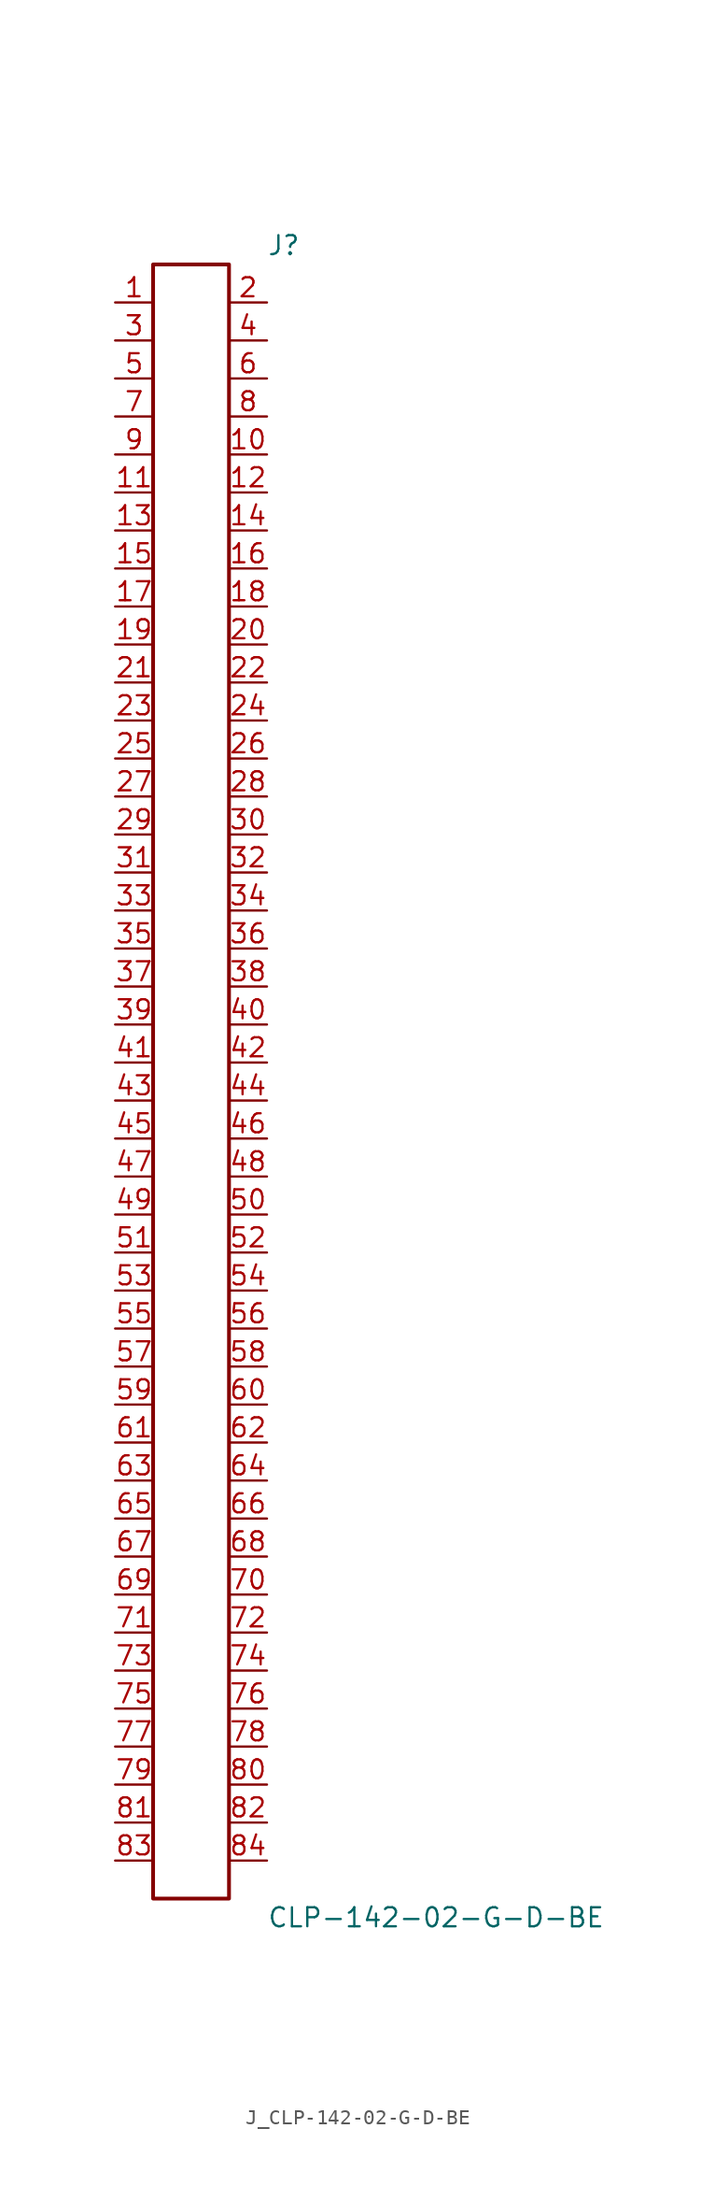
<source format=kicad_sym>
(kicad_symbol_lib
  (version 20231120)
  (generator kicad_symbol_editor)
  (generator_version 8.0)
  (symbol "J_CLP-142-02-G-D-BE"
    (pin_names
      (offset 0.254))
    (property "Reference" "J"
      (at 5.08 55.88 0)
      (effects (font (size 1.27 1.27)) (justify left)))
    (property "Value" "CLP-142-02-G-D-BE"
      (at 5.08 -55.88 0)
      (effects (font (size 1.27 1.27)) (justify left)))
    (symbol "J_CLP-142-02-G-D-BE_0_0"
      (pin passive line (at -5.08 52.07 0) (length 2.54) (name "" (effects (font (size 1.27 1.27)))) (number "1" (effects (font (size 1.27 1.27)))))
      (pin passive line (at 5.08 52.07 180) (length 2.54) (name "" (effects (font (size 1.27 1.27)))) (number "2" (effects (font (size 1.27 1.27)))))
      (pin passive line (at -5.08 49.53 0) (length 2.54) (name "" (effects (font (size 1.27 1.27)))) (number "3" (effects (font (size 1.27 1.27)))))
      (pin passive line (at 5.08 49.53 180) (length 2.54) (name "" (effects (font (size 1.27 1.27)))) (number "4" (effects (font (size 1.27 1.27)))))
      (pin passive line (at -5.08 46.99 0) (length 2.54) (name "" (effects (font (size 1.27 1.27)))) (number "5" (effects (font (size 1.27 1.27)))))
      (pin passive line (at 5.08 46.99 180) (length 2.54) (name "" (effects (font (size 1.27 1.27)))) (number "6" (effects (font (size 1.27 1.27)))))
      (pin passive line (at -5.08 44.45 0) (length 2.54) (name "" (effects (font (size 1.27 1.27)))) (number "7" (effects (font (size 1.27 1.27)))))
      (pin passive line (at 5.08 44.45 180) (length 2.54) (name "" (effects (font (size 1.27 1.27)))) (number "8" (effects (font (size 1.27 1.27)))))
      (pin passive line (at -5.08 41.91 0) (length 2.54) (name "" (effects (font (size 1.27 1.27)))) (number "9" (effects (font (size 1.27 1.27)))))
      (pin passive line (at 5.08 41.91 180) (length 2.54) (name "" (effects (font (size 1.27 1.27)))) (number "10" (effects (font (size 1.27 1.27)))))
      (pin passive line (at -5.08 39.37 0) (length 2.54) (name "" (effects (font (size 1.27 1.27)))) (number "11" (effects (font (size 1.27 1.27)))))
      (pin passive line (at 5.08 39.37 180) (length 2.54) (name "" (effects (font (size 1.27 1.27)))) (number "12" (effects (font (size 1.27 1.27)))))
      (pin passive line (at -5.08 36.83 0) (length 2.54) (name "" (effects (font (size 1.27 1.27)))) (number "13" (effects (font (size 1.27 1.27)))))
      (pin passive line (at 5.08 36.83 180) (length 2.54) (name "" (effects (font (size 1.27 1.27)))) (number "14" (effects (font (size 1.27 1.27)))))
      (pin passive line (at -5.08 34.29 0) (length 2.54) (name "" (effects (font (size 1.27 1.27)))) (number "15" (effects (font (size 1.27 1.27)))))
      (pin passive line (at 5.08 34.29 180) (length 2.54) (name "" (effects (font (size 1.27 1.27)))) (number "16" (effects (font (size 1.27 1.27)))))
      (pin passive line (at -5.08 31.75 0) (length 2.54) (name "" (effects (font (size 1.27 1.27)))) (number "17" (effects (font (size 1.27 1.27)))))
      (pin passive line (at 5.08 31.75 180) (length 2.54) (name "" (effects (font (size 1.27 1.27)))) (number "18" (effects (font (size 1.27 1.27)))))
      (pin passive line (at -5.08 29.21 0) (length 2.54) (name "" (effects (font (size 1.27 1.27)))) (number "19" (effects (font (size 1.27 1.27)))))
      (pin passive line (at 5.08 29.21 180) (length 2.54) (name "" (effects (font (size 1.27 1.27)))) (number "20" (effects (font (size 1.27 1.27)))))
      (pin passive line (at -5.08 26.67 0) (length 2.54) (name "" (effects (font (size 1.27 1.27)))) (number "21" (effects (font (size 1.27 1.27)))))
      (pin passive line (at 5.08 26.67 180) (length 2.54) (name "" (effects (font (size 1.27 1.27)))) (number "22" (effects (font (size 1.27 1.27)))))
      (pin passive line (at -5.08 24.13 0) (length 2.54) (name "" (effects (font (size 1.27 1.27)))) (number "23" (effects (font (size 1.27 1.27)))))
      (pin passive line (at 5.08 24.13 180) (length 2.54) (name "" (effects (font (size 1.27 1.27)))) (number "24" (effects (font (size 1.27 1.27)))))
      (pin passive line (at -5.08 21.59 0) (length 2.54) (name "" (effects (font (size 1.27 1.27)))) (number "25" (effects (font (size 1.27 1.27)))))
      (pin passive line (at 5.08 21.59 180) (length 2.54) (name "" (effects (font (size 1.27 1.27)))) (number "26" (effects (font (size 1.27 1.27)))))
      (pin passive line (at -5.08 19.05 0) (length 2.54) (name "" (effects (font (size 1.27 1.27)))) (number "27" (effects (font (size 1.27 1.27)))))
      (pin passive line (at 5.08 19.05 180) (length 2.54) (name "" (effects (font (size 1.27 1.27)))) (number "28" (effects (font (size 1.27 1.27)))))
      (pin passive line (at -5.08 16.51 0) (length 2.54) (name "" (effects (font (size 1.27 1.27)))) (number "29" (effects (font (size 1.27 1.27)))))
      (pin passive line (at 5.08 16.51 180) (length 2.54) (name "" (effects (font (size 1.27 1.27)))) (number "30" (effects (font (size 1.27 1.27)))))
      (pin passive line (at -5.08 13.97 0) (length 2.54) (name "" (effects (font (size 1.27 1.27)))) (number "31" (effects (font (size 1.27 1.27)))))
      (pin passive line (at 5.08 13.97 180) (length 2.54) (name "" (effects (font (size 1.27 1.27)))) (number "32" (effects (font (size 1.27 1.27)))))
      (pin passive line (at -5.08 11.43 0) (length 2.54) (name "" (effects (font (size 1.27 1.27)))) (number "33" (effects (font (size 1.27 1.27)))))
      (pin passive line (at 5.08 11.43 180) (length 2.54) (name "" (effects (font (size 1.27 1.27)))) (number "34" (effects (font (size 1.27 1.27)))))
      (pin passive line (at -5.08 8.89 0) (length 2.54) (name "" (effects (font (size 1.27 1.27)))) (number "35" (effects (font (size 1.27 1.27)))))
      (pin passive line (at 5.08 8.89 180) (length 2.54) (name "" (effects (font (size 1.27 1.27)))) (number "36" (effects (font (size 1.27 1.27)))))
      (pin passive line (at -5.08 6.35 0) (length 2.54) (name "" (effects (font (size 1.27 1.27)))) (number "37" (effects (font (size 1.27 1.27)))))
      (pin passive line (at 5.08 6.35 180) (length 2.54) (name "" (effects (font (size 1.27 1.27)))) (number "38" (effects (font (size 1.27 1.27)))))
      (pin passive line (at -5.08 3.81 0) (length 2.54) (name "" (effects (font (size 1.27 1.27)))) (number "39" (effects (font (size 1.27 1.27)))))
      (pin passive line (at 5.08 3.81 180) (length 2.54) (name "" (effects (font (size 1.27 1.27)))) (number "40" (effects (font (size 1.27 1.27)))))
      (pin passive line (at -5.08 1.27 0) (length 2.54) (name "" (effects (font (size 1.27 1.27)))) (number "41" (effects (font (size 1.27 1.27)))))
      (pin passive line (at 5.08 1.27 180) (length 2.54) (name "" (effects (font (size 1.27 1.27)))) (number "42" (effects (font (size 1.27 1.27)))))
      (pin passive line (at -5.08 -1.27 0) (length 2.54) (name "" (effects (font (size 1.27 1.27)))) (number "43" (effects (font (size 1.27 1.27)))))
      (pin passive line (at 5.08 -1.27 180) (length 2.54) (name "" (effects (font (size 1.27 1.27)))) (number "44" (effects (font (size 1.27 1.27)))))
      (pin passive line (at -5.08 -3.81 0) (length 2.54) (name "" (effects (font (size 1.27 1.27)))) (number "45" (effects (font (size 1.27 1.27)))))
      (pin passive line (at 5.08 -3.81 180) (length 2.54) (name "" (effects (font (size 1.27 1.27)))) (number "46" (effects (font (size 1.27 1.27)))))
      (pin passive line (at -5.08 -6.35 0) (length 2.54) (name "" (effects (font (size 1.27 1.27)))) (number "47" (effects (font (size 1.27 1.27)))))
      (pin passive line (at 5.08 -6.35 180) (length 2.54) (name "" (effects (font (size 1.27 1.27)))) (number "48" (effects (font (size 1.27 1.27)))))
      (pin passive line (at -5.08 -8.89 0) (length 2.54) (name "" (effects (font (size 1.27 1.27)))) (number "49" (effects (font (size 1.27 1.27)))))
      (pin passive line (at 5.08 -8.89 180) (length 2.54) (name "" (effects (font (size 1.27 1.27)))) (number "50" (effects (font (size 1.27 1.27)))))
      (pin passive line (at -5.08 -11.43 0) (length 2.54) (name "" (effects (font (size 1.27 1.27)))) (number "51" (effects (font (size 1.27 1.27)))))
      (pin passive line (at 5.08 -11.43 180) (length 2.54) (name "" (effects (font (size 1.27 1.27)))) (number "52" (effects (font (size 1.27 1.27)))))
      (pin passive line (at -5.08 -13.97 0) (length 2.54) (name "" (effects (font (size 1.27 1.27)))) (number "53" (effects (font (size 1.27 1.27)))))
      (pin passive line (at 5.08 -13.97 180) (length 2.54) (name "" (effects (font (size 1.27 1.27)))) (number "54" (effects (font (size 1.27 1.27)))))
      (pin passive line (at -5.08 -16.51 0) (length 2.54) (name "" (effects (font (size 1.27 1.27)))) (number "55" (effects (font (size 1.27 1.27)))))
      (pin passive line (at 5.08 -16.51 180) (length 2.54) (name "" (effects (font (size 1.27 1.27)))) (number "56" (effects (font (size 1.27 1.27)))))
      (pin passive line (at -5.08 -19.05 0) (length 2.54) (name "" (effects (font (size 1.27 1.27)))) (number "57" (effects (font (size 1.27 1.27)))))
      (pin passive line (at 5.08 -19.05 180) (length 2.54) (name "" (effects (font (size 1.27 1.27)))) (number "58" (effects (font (size 1.27 1.27)))))
      (pin passive line (at -5.08 -21.59 0) (length 2.54) (name "" (effects (font (size 1.27 1.27)))) (number "59" (effects (font (size 1.27 1.27)))))
      (pin passive line (at 5.08 -21.59 180) (length 2.54) (name "" (effects (font (size 1.27 1.27)))) (number "60" (effects (font (size 1.27 1.27)))))
      (pin passive line (at -5.08 -24.13 0) (length 2.54) (name "" (effects (font (size 1.27 1.27)))) (number "61" (effects (font (size 1.27 1.27)))))
      (pin passive line (at 5.08 -24.13 180) (length 2.54) (name "" (effects (font (size 1.27 1.27)))) (number "62" (effects (font (size 1.27 1.27)))))
      (pin passive line (at -5.08 -26.67 0) (length 2.54) (name "" (effects (font (size 1.27 1.27)))) (number "63" (effects (font (size 1.27 1.27)))))
      (pin passive line (at 5.08 -26.67 180) (length 2.54) (name "" (effects (font (size 1.27 1.27)))) (number "64" (effects (font (size 1.27 1.27)))))
      (pin passive line (at -5.08 -29.21 0) (length 2.54) (name "" (effects (font (size 1.27 1.27)))) (number "65" (effects (font (size 1.27 1.27)))))
      (pin passive line (at 5.08 -29.21 180) (length 2.54) (name "" (effects (font (size 1.27 1.27)))) (number "66" (effects (font (size 1.27 1.27)))))
      (pin passive line (at -5.08 -31.75 0) (length 2.54) (name "" (effects (font (size 1.27 1.27)))) (number "67" (effects (font (size 1.27 1.27)))))
      (pin passive line (at 5.08 -31.75 180) (length 2.54) (name "" (effects (font (size 1.27 1.27)))) (number "68" (effects (font (size 1.27 1.27)))))
      (pin passive line (at -5.08 -34.29 0) (length 2.54) (name "" (effects (font (size 1.27 1.27)))) (number "69" (effects (font (size 1.27 1.27)))))
      (pin passive line (at 5.08 -34.29 180) (length 2.54) (name "" (effects (font (size 1.27 1.27)))) (number "70" (effects (font (size 1.27 1.27)))))
      (pin passive line (at -5.08 -36.83 0) (length 2.54) (name "" (effects (font (size 1.27 1.27)))) (number "71" (effects (font (size 1.27 1.27)))))
      (pin passive line (at 5.08 -36.83 180) (length 2.54) (name "" (effects (font (size 1.27 1.27)))) (number "72" (effects (font (size 1.27 1.27)))))
      (pin passive line (at -5.08 -39.37 0) (length 2.54) (name "" (effects (font (size 1.27 1.27)))) (number "73" (effects (font (size 1.27 1.27)))))
      (pin passive line (at 5.08 -39.37 180) (length 2.54) (name "" (effects (font (size 1.27 1.27)))) (number "74" (effects (font (size 1.27 1.27)))))
      (pin passive line (at -5.08 -41.91 0) (length 2.54) (name "" (effects (font (size 1.27 1.27)))) (number "75" (effects (font (size 1.27 1.27)))))
      (pin passive line (at 5.08 -41.91 180) (length 2.54) (name "" (effects (font (size 1.27 1.27)))) (number "76" (effects (font (size 1.27 1.27)))))
      (pin passive line (at -5.08 -44.45 0) (length 2.54) (name "" (effects (font (size 1.27 1.27)))) (number "77" (effects (font (size 1.27 1.27)))))
      (pin passive line (at 5.08 -44.45 180) (length 2.54) (name "" (effects (font (size 1.27 1.27)))) (number "78" (effects (font (size 1.27 1.27)))))
      (pin passive line (at -5.08 -46.99 0) (length 2.54) (name "" (effects (font (size 1.27 1.27)))) (number "79" (effects (font (size 1.27 1.27)))))
      (pin passive line (at 5.08 -46.99 180) (length 2.54) (name "" (effects (font (size 1.27 1.27)))) (number "80" (effects (font (size 1.27 1.27)))))
      (pin passive line (at -5.08 -49.53 0) (length 2.54) (name "" (effects (font (size 1.27 1.27)))) (number "81" (effects (font (size 1.27 1.27)))))
      (pin passive line (at 5.08 -49.53 180) (length 2.54) (name "" (effects (font (size 1.27 1.27)))) (number "82" (effects (font (size 1.27 1.27)))))
      (pin passive line (at -5.08 -52.07 0) (length 2.54) (name "" (effects (font (size 1.27 1.27)))) (number "83" (effects (font (size 1.27 1.27)))))
      (pin passive line (at 5.08 -52.07 180) (length 2.54) (name "" (effects (font (size 1.27 1.27)))) (number "84" (effects (font (size 1.27 1.27))))))
    (symbol "J_CLP-142-02-G-D-BE_1_0"
      (rectangle (start -2.54 54.61) (end 2.54 -54.61) (stroke (width 0.254) (type solid)) (fill (type none))))))
</source>
